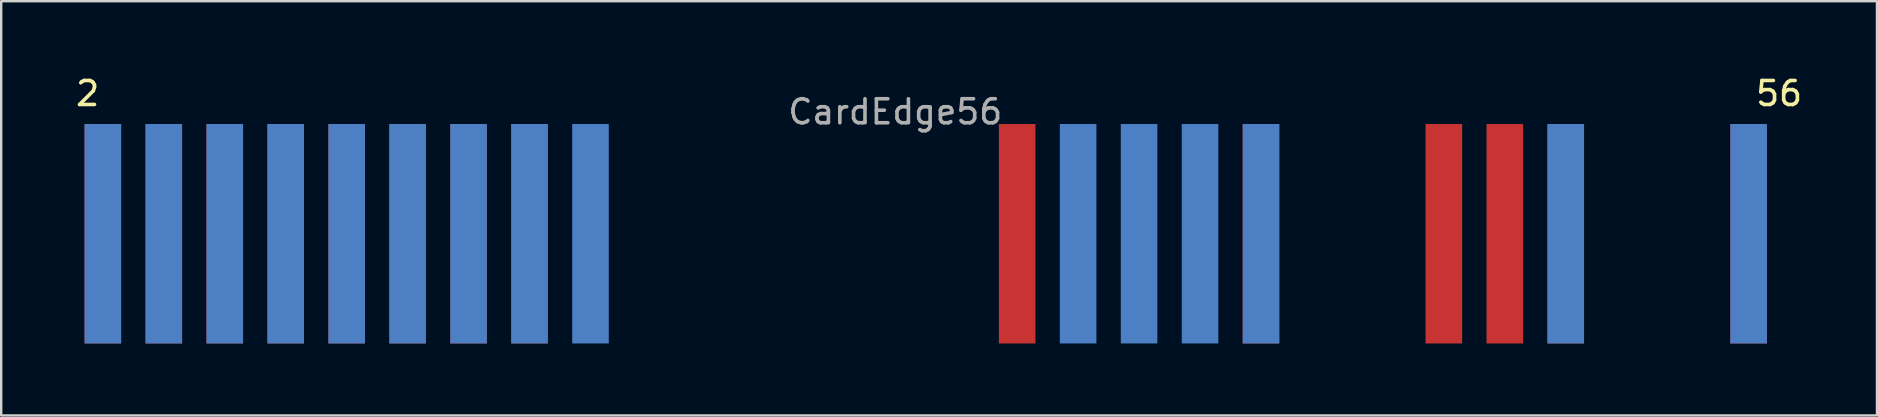
<source format=kicad_pcb>
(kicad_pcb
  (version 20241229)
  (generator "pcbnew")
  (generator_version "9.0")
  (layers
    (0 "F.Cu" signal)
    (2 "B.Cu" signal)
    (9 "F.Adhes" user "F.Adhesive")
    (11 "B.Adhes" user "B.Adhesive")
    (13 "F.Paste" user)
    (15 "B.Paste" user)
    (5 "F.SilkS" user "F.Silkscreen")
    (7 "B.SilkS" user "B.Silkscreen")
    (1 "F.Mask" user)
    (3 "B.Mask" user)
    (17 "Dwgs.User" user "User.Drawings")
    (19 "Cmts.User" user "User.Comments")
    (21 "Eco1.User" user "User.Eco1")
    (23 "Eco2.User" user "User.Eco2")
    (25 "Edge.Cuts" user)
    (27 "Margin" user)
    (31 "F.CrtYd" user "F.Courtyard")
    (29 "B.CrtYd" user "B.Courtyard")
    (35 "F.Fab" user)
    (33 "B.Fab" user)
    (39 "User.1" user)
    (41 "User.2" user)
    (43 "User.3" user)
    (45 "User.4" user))
  (footprint "CardEdge56"
    (layer "F.Cu")
    (at 34.256 2.118)
    (property "Reference" "CardEdge56" (at 0 -0.508 0) (layer "F.Fab") (effects (font (size 1 1) (thickness 0.15))))
    (attr through_hole)
    (fp_text user "2" (at -33.655 -1.27 0) (layer "F.SilkS") (effects (font (size 1 1) (thickness 0.15))))
    (fp_text user "56" (at 36.83 -1.27 0) (layer "F.SilkS") (effects (font (size 1 1) (thickness 0.15))))
    (pad "1" connect rect (at -33.02 4.572) (size 1.524 9.144) (layers "B.Cu"))
    (pad "2" connect rect (at -33.02 4.572) (size 1.524 9.144) (layers "F.Cu"))
    (pad "3" connect rect (at -30.48 4.572) (size 1.524 9.144) (layers "B.Cu"))
    (pad "4" connect rect (at -30.48 4.572) (size 1.524 9.144) (layers "F.Cu"))
    (pad "5" connect rect (at -27.94 4.572) (size 1.524 9.144) (layers "B.Cu"))
    (pad "6" connect rect (at -27.94 4.572) (size 1.524 9.144) (layers "F.Cu"))
    (pad "7" connect rect (at -25.4 4.572) (size 1.524 9.144) (layers "B.Cu"))
    (pad "8" connect rect (at -25.4 4.572) (size 1.524 9.144) (layers "F.Cu"))
    (pad "9" connect rect (at -22.86 4.572) (size 1.524 9.144) (layers "B.Cu"))
    (pad "10" connect rect (at -22.86 4.572) (size 1.524 9.144) (layers "F.Cu"))
    (pad "11" connect rect (at -20.32 4.572) (size 1.524 9.144) (layers "B.Cu"))
    (pad "12" connect rect (at -20.32 4.572) (size 1.524 9.144) (layers "F.Cu"))
    (pad "13" connect rect (at -17.78 4.572) (size 1.524 9.144) (layers "B.Cu"))
    (pad "14" connect rect (at -17.78 4.572) (size 1.524 9.144) (layers "F.Cu"))
    (pad "15" connect rect (at -15.24 4.572) (size 1.524 9.144) (layers "B.Cu"))
    (pad "16" connect rect (at -15.24 4.572) (size 1.524 9.144) (layers "F.Cu"))
    (pad "17" connect rect (at -12.7 4.572) (size 1.524 9.144) (layers "B.Cu"))
    (pad "32" connect rect (at 5.08 4.572) (size 1.524 9.144) (layers "F.Cu"))
    (pad "33" connect rect (at 7.62 4.572) (size 1.524 9.144) (layers "B.Cu"))
    (pad "35" connect rect (at 10.16 4.572) (size 1.524 9.144) (layers "B.Cu"))
    (pad "37" connect rect (at 12.7 4.572) (size 1.524 9.144) (layers "B.Cu"))
    (pad "39" connect rect (at 15.24 4.572) (size 1.524 9.144) (layers "B.Cu"))
    (pad "40" connect rect (at 15.24 4.572) (size 1.524 9.144) (layers "F.Cu"))
    (pad "46" connect rect (at 22.86 4.572) (size 1.524 9.144) (layers "F.Cu"))
    (pad "48" connect rect (at 25.4 4.572) (size 1.524 9.144) (layers "F.Cu"))
    (pad "49" connect rect (at 27.94 4.572) (size 1.524 9.144) (layers "B.Cu"))
    (pad "50" connect rect (at 27.94 4.572) (size 1.524 9.144) (layers "F.Cu"))
    (pad "55" connect rect (at 35.56 4.572) (size 1.524 9.144) (layers "B.Cu"))
    (pad "56" connect rect (at 35.56 4.572) (size 1.524 9.144) (layers "F.Cu")))
  (gr_rect
    (start -3 -3)
    (end 75.164 14.262)
    (stroke (width 0.1) (type default))
    (fill no)
    (layer "Edge.Cuts")))
</source>
